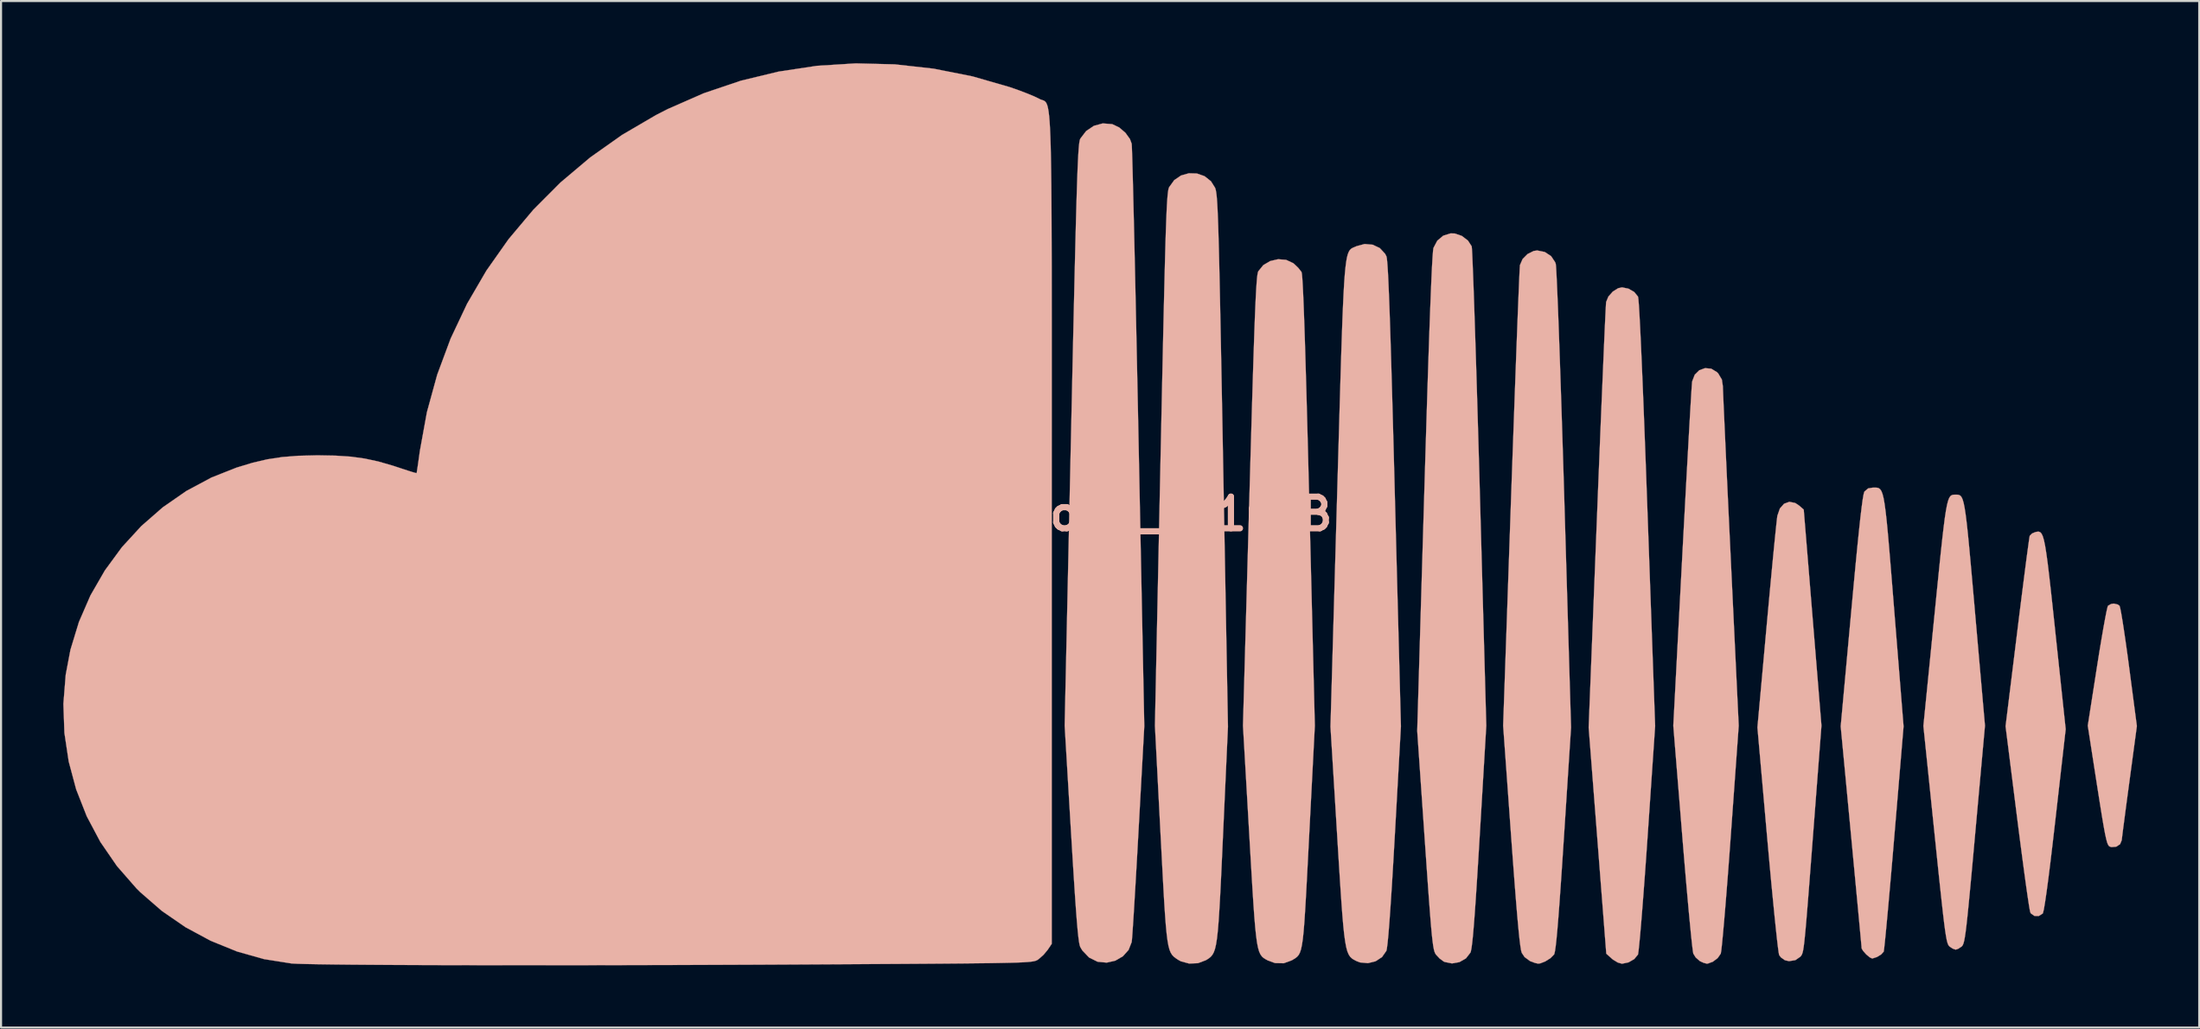
<source format=kicad_pcb>
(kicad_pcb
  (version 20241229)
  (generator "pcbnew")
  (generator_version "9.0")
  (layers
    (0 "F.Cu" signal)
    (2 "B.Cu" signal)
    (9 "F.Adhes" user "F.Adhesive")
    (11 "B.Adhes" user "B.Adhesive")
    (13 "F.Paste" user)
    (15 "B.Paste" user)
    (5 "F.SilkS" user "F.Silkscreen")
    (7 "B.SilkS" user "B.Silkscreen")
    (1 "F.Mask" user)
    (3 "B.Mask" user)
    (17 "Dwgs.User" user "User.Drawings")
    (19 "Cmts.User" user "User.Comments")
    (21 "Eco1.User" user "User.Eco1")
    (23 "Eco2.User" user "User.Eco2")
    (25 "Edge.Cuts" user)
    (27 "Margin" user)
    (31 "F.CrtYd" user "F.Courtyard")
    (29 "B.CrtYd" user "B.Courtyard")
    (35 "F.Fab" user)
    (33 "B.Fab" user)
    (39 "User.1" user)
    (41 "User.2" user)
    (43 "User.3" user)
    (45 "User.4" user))
  (footprint "soundcloud_4x10_B"
    (layer "F.Cu")
    (at 49.919 21.721)
    (property "Reference" "soundcloud_4x10_B" (at 0 0 0) (layer "B.SilkS") (effects (font (size 1.524 1.524) (thickness 0.3))))
    (attr through_hole)
    (fp_poly (pts (xy 49.085 4.362) (xy 49.173 4.424) (xy 49.204 4.53) (xy 49.254 4.785) (xy 49.318 5.166) (xy 49.393 5.655) (xy 49.477 6.231) (xy 49.567 6.873) (xy 49.634 7.375) (xy 50.008 10.221) (xy 49.645 12.921) (xy 49.556 13.581) (xy 49.475 14.188) (xy 49.405 14.723) (xy 49.347 15.163) (xy 49.306 15.49) (xy 49.283 15.681) (xy 49.279 15.721) (xy 49.2 15.914) (xy 49.016 16.035) (xy 48.786 16.054) (xy 48.706 16.031) (xy 48.661 16.001) (xy 48.618 15.937) (xy 48.574 15.826) (xy 48.527 15.649) (xy 48.472 15.393) (xy 48.407 15.041) (xy 48.328 14.577) (xy 48.233 13.986) (xy 48.117 13.252) (xy 48.044 12.785) (xy 47.643 10.202) (xy 48.086 7.366) (xy 48.193 6.69) (xy 48.297 6.066) (xy 48.392 5.513) (xy 48.476 5.052) (xy 48.544 4.703) (xy 48.594 4.487) (xy 48.616 4.424) (xy 48.766 4.338) (xy 48.895 4.318) (xy 49.085 4.362)) (stroke (width 0.01) (type solid)) (fill yes) (layer "B.SilkS"))
    (fp_poly (pts (xy 33.542 -0.531) (xy 33.736 -0.402) (xy 33.954 -0.212) (xy 34.381 4.995) (xy 34.808 10.201) (xy 34.42 15.239) (xy 34.333 16.378) (xy 34.257 17.36) (xy 34.192 18.198) (xy 34.136 18.902) (xy 34.088 19.487) (xy 34.047 19.962) (xy 34.011 20.341) (xy 33.98 20.636) (xy 33.952 20.859) (xy 33.926 21.021) (xy 33.9 21.135) (xy 33.874 21.213) (xy 33.846 21.267) (xy 33.815 21.31) (xy 33.793 21.336) (xy 33.55 21.503) (xy 33.247 21.551) (xy 33.047 21.507) (xy 32.858 21.373) (xy 32.771 21.261) (xy 32.748 21.149) (xy 32.712 20.883) (xy 32.664 20.477) (xy 32.607 19.947) (xy 32.541 19.307) (xy 32.469 18.572) (xy 32.39 17.757) (xy 32.308 16.876) (xy 32.224 15.943) (xy 32.201 15.689) (xy 31.723 10.287) (xy 32.169 5.376) (xy 32.252 4.47) (xy 32.332 3.604) (xy 32.408 2.797) (xy 32.478 2.063) (xy 32.541 1.419) (xy 32.595 0.883) (xy 32.638 0.469) (xy 32.669 0.195) (xy 32.683 0.087) (xy 32.805 -0.265) (xy 33.006 -0.493) (xy 33.261 -0.586) (xy 33.542 -0.531)) (stroke (width 0.01) (type solid)) (fill yes) (layer "B.SilkS"))
    (fp_poly (pts (xy 45.353 0.88) (xy 45.416 0.95) (xy 45.475 1.074) (xy 45.531 1.266) (xy 45.587 1.537) (xy 45.645 1.9) (xy 45.709 2.366) (xy 45.779 2.949) (xy 45.86 3.661) (xy 45.953 4.514) (xy 46.061 5.52) (xy 46.086 5.763) (xy 46.578 10.372) (xy 46.08 14.746) (xy 45.955 15.828) (xy 45.843 16.77) (xy 45.743 17.568) (xy 45.656 18.218) (xy 45.583 18.715) (xy 45.526 19.055) (xy 45.483 19.232) (xy 45.472 19.255) (xy 45.285 19.374) (xy 45.073 19.372) (xy 44.904 19.254) (xy 44.872 19.198) (xy 44.846 19.079) (xy 44.801 18.809) (xy 44.74 18.403) (xy 44.665 17.879) (xy 44.579 17.253) (xy 44.484 16.541) (xy 44.381 15.759) (xy 44.274 14.926) (xy 44.235 14.619) (xy 43.681 10.23) (xy 44.241 5.7) (xy 44.347 4.841) (xy 44.449 4.03) (xy 44.544 3.284) (xy 44.629 2.619) (xy 44.703 2.05) (xy 44.765 1.594) (xy 44.81 1.267) (xy 44.839 1.083) (xy 44.846 1.05) (xy 44.956 0.94) (xy 45.109 0.876) (xy 45.202 0.855) (xy 45.282 0.853) (xy 45.353 0.88)) (stroke (width 0.01) (type solid)) (fill yes) (layer "B.SilkS"))
    (fp_poly (pts (xy 25.508 -10.859) (xy 25.788 -10.697) (xy 25.968 -10.476) (xy 25.986 -10.359) (xy 26.009 -10.076) (xy 26.036 -9.632) (xy 26.068 -9.032) (xy 26.104 -8.28) (xy 26.144 -7.379) (xy 26.188 -6.335) (xy 26.236 -5.151) (xy 26.287 -3.831) (xy 26.342 -2.381) (xy 26.399 -0.803) (xy 26.427 -0.027) (xy 26.793 10.219) (xy 26.424 15.629) (xy 26.358 16.575) (xy 26.293 17.474) (xy 26.23 18.312) (xy 26.171 19.074) (xy 26.117 19.745) (xy 26.068 20.31) (xy 26.026 20.754) (xy 25.993 21.063) (xy 25.969 21.222) (xy 25.964 21.237) (xy 25.787 21.451) (xy 25.51 21.61) (xy 25.202 21.675) (xy 25.194 21.675) (xy 24.996 21.619) (xy 24.768 21.482) (xy 24.709 21.433) (xy 24.439 21.192) (xy 24.015 15.74) (xy 23.59 10.287) (xy 23.99 0.169) (xy 24.041 -1.13) (xy 24.092 -2.385) (xy 24.14 -3.586) (xy 24.187 -4.721) (xy 24.231 -5.78) (xy 24.272 -6.752) (xy 24.309 -7.626) (xy 24.342 -8.392) (xy 24.371 -9.039) (xy 24.395 -9.556) (xy 24.414 -9.933) (xy 24.427 -10.158) (xy 24.432 -10.218) (xy 24.541 -10.48) (xy 24.751 -10.717) (xy 25.008 -10.879) (xy 25.199 -10.922) (xy 25.508 -10.859)) (stroke (width 0.01) (type solid)) (fill yes) (layer "B.SilkS"))
    (fp_poly (pts (xy 37.484 -1.267) (xy 37.564 -1.246) (xy 37.634 -1.196) (xy 37.696 -1.106) (xy 37.751 -0.964) (xy 37.803 -0.759) (xy 37.852 -0.478) (xy 37.901 -0.111) (xy 37.953 0.354) (xy 38.008 0.929) (xy 38.069 1.626) (xy 38.138 2.455) (xy 38.217 3.429) (xy 38.308 4.56) (xy 38.315 4.649) (xy 38.765 10.237) (xy 38.314 15.596) (xy 38.235 16.535) (xy 38.158 17.425) (xy 38.085 18.253) (xy 38.018 19.003) (xy 37.957 19.662) (xy 37.905 20.213) (xy 37.862 20.644) (xy 37.83 20.938) (xy 37.811 21.081) (xy 37.808 21.092) (xy 37.688 21.227) (xy 37.485 21.351) (xy 37.28 21.418) (xy 37.246 21.421) (xy 37.133 21.366) (xy 36.972 21.232) (xy 36.953 21.213) (xy 36.813 21.054) (xy 36.746 20.942) (xy 36.745 20.935) (xy 36.738 20.84) (xy 36.715 20.591) (xy 36.679 20.203) (xy 36.631 19.69) (xy 36.573 19.066) (xy 36.505 18.345) (xy 36.429 17.543) (xy 36.347 16.674) (xy 36.26 15.751) (xy 36.241 15.549) (xy 35.736 10.235) (xy 36.246 4.673) (xy 36.358 3.46) (xy 36.457 2.408) (xy 36.545 1.51) (xy 36.622 0.759) (xy 36.688 0.147) (xy 36.746 -0.334) (xy 36.794 -0.69) (xy 36.835 -0.929) (xy 36.869 -1.059) (xy 36.879 -1.079) (xy 37.056 -1.232) (xy 37.284 -1.27) (xy 37.391 -1.271) (xy 37.484 -1.267)) (stroke (width 0.01) (type solid)) (fill yes) (layer "B.SilkS"))
    (fp_poly (pts (xy 29.497 -7.002) (xy 29.773 -6.835) (xy 29.837 -6.767) (xy 30.01 -6.476) (xy 30.057 -6.153) (xy 30.061 -6.019) (xy 30.073 -5.727) (xy 30.091 -5.292) (xy 30.117 -4.724) (xy 30.148 -4.037) (xy 30.184 -3.242) (xy 30.225 -2.351) (xy 30.27 -1.378) (xy 30.319 -0.335) (xy 30.371 0.766) (xy 30.426 1.914) (xy 30.439 2.201) (xy 30.821 10.202) (xy 30.433 15.579) (xy 30.364 16.523) (xy 30.296 17.421) (xy 30.23 18.259) (xy 30.168 19.022) (xy 30.111 19.694) (xy 30.06 20.261) (xy 30.017 20.707) (xy 29.983 21.018) (xy 29.958 21.178) (xy 29.954 21.192) (xy 29.807 21.403) (xy 29.575 21.579) (xy 29.332 21.668) (xy 29.278 21.671) (xy 29.127 21.631) (xy 28.947 21.548) (xy 28.75 21.377) (xy 28.634 21.191) (xy 28.612 21.067) (xy 28.577 20.789) (xy 28.532 20.372) (xy 28.479 19.832) (xy 28.417 19.182) (xy 28.35 18.439) (xy 28.277 17.617) (xy 28.202 16.731) (xy 28.124 15.797) (xy 28.106 15.578) (xy 27.669 10.202) (xy 28.101 2.032) (xy 28.163 0.866) (xy 28.224 -0.256) (xy 28.281 -1.321) (xy 28.336 -2.317) (xy 28.387 -3.232) (xy 28.433 -4.055) (xy 28.474 -4.774) (xy 28.51 -5.376) (xy 28.538 -5.849) (xy 28.56 -6.182) (xy 28.574 -6.362) (xy 28.577 -6.388) (xy 28.702 -6.711) (xy 28.923 -6.928) (xy 29.201 -7.029) (xy 29.497 -7.002)) (stroke (width 0.01) (type solid)) (fill yes) (layer "B.SilkS"))
    (fp_poly (pts (xy 41.36 -0.93) (xy 41.435 -0.918) (xy 41.5 -0.884) (xy 41.558 -0.816) (xy 41.611 -0.701) (xy 41.661 -0.529) (xy 41.709 -0.288) (xy 41.758 0.035) (xy 41.81 0.452) (xy 41.866 0.973) (xy 41.928 1.612) (xy 41.999 2.379) (xy 42.08 3.287) (xy 42.174 4.347) (xy 42.212 4.788) (xy 42.688 10.202) (xy 42.212 15.452) (xy 42.115 16.526) (xy 42.031 17.444) (xy 41.958 18.219) (xy 41.896 18.863) (xy 41.843 19.389) (xy 41.797 19.809) (xy 41.757 20.136) (xy 41.72 20.384) (xy 41.687 20.563) (xy 41.655 20.688) (xy 41.622 20.77) (xy 41.588 20.822) (xy 41.56 20.849) (xy 41.39 20.96) (xy 41.275 20.997) (xy 41.133 20.947) (xy 40.986 20.849) (xy 40.948 20.811) (xy 40.913 20.752) (xy 40.879 20.661) (xy 40.844 20.524) (xy 40.808 20.329) (xy 40.767 20.063) (xy 40.721 19.715) (xy 40.668 19.27) (xy 40.606 18.717) (xy 40.533 18.043) (xy 40.447 17.235) (xy 40.348 16.28) (xy 40.263 15.459) (xy 39.721 10.216) (xy 40.262 4.801) (xy 40.374 3.679) (xy 40.472 2.715) (xy 40.556 1.895) (xy 40.63 1.208) (xy 40.696 0.643) (xy 40.754 0.187) (xy 40.809 -0.171) (xy 40.861 -0.443) (xy 40.913 -0.641) (xy 40.966 -0.777) (xy 41.024 -0.862) (xy 41.088 -0.908) (xy 41.159 -0.927) (xy 41.241 -0.931) (xy 41.275 -0.931) (xy 41.36 -0.93)) (stroke (width 0.01) (type solid)) (fill yes) (layer "B.SilkS"))
    (fp_poly (pts (xy 17.132 -13.519) (xy 17.477 -13.402) (xy 17.773 -13.176) (xy 17.952 -12.901) (xy 17.963 -12.796) (xy 17.978 -12.532) (xy 17.996 -12.118) (xy 18.018 -11.565) (xy 18.044 -10.883) (xy 18.072 -10.08) (xy 18.102 -9.169) (xy 18.135 -8.157) (xy 18.17 -7.056) (xy 18.206 -5.875) (xy 18.243 -4.624) (xy 18.281 -3.313) (xy 18.32 -1.952) (xy 18.339 -1.26) (xy 18.656 10.202) (xy 18.338 15.536) (xy 18.267 16.702) (xy 18.204 17.708) (xy 18.148 18.564) (xy 18.098 19.279) (xy 18.053 19.863) (xy 18.013 20.327) (xy 17.976 20.678) (xy 17.943 20.927) (xy 17.912 21.084) (xy 17.893 21.139) (xy 17.676 21.417) (xy 17.363 21.597) (xy 17.005 21.661) (xy 16.653 21.591) (xy 16.603 21.568) (xy 16.405 21.423) (xy 16.228 21.233) (xy 16.193 21.175) (xy 16.16 21.095) (xy 16.129 20.979) (xy 16.099 20.816) (xy 16.068 20.591) (xy 16.035 20.293) (xy 15.999 19.909) (xy 15.959 19.425) (xy 15.913 18.83) (xy 15.86 18.109) (xy 15.799 17.251) (xy 15.729 16.243) (xy 15.693 15.73) (xy 15.328 10.456) (xy 15.668 -1.016) (xy 15.724 -2.879) (xy 15.776 -4.574) (xy 15.824 -6.105) (xy 15.869 -7.473) (xy 15.91 -8.68) (xy 15.948 -9.729) (xy 15.983 -10.621) (xy 16.014 -11.36) (xy 16.042 -11.947) (xy 16.068 -12.384) (xy 16.09 -12.673) (xy 16.109 -12.817) (xy 16.111 -12.824) (xy 16.294 -13.17) (xy 16.579 -13.411) (xy 16.93 -13.522) (xy 17.132 -13.519)) (stroke (width 0.01) (type solid)) (fill yes) (layer "B.SilkS"))
    (fp_poly (pts (xy 21.477 -12.626) (xy 21.78 -12.426) (xy 21.977 -12.131) (xy 22.004 -12.048) (xy 22.017 -11.925) (xy 22.034 -11.643) (xy 22.055 -11.212) (xy 22.08 -10.643) (xy 22.109 -9.946) (xy 22.14 -9.132) (xy 22.173 -8.21) (xy 22.209 -7.191) (xy 22.246 -6.086) (xy 22.285 -4.904) (xy 22.325 -3.656) (xy 22.366 -2.353) (xy 22.407 -1.004) (xy 22.415 -0.72) (xy 22.741 10.287) (xy 22.392 15.663) (xy 22.315 16.837) (xy 22.246 17.851) (xy 22.185 18.713) (xy 22.131 19.432) (xy 22.083 20.018) (xy 22.04 20.478) (xy 22.002 20.822) (xy 21.968 21.058) (xy 21.938 21.195) (xy 21.923 21.23) (xy 21.754 21.403) (xy 21.507 21.56) (xy 21.258 21.658) (xy 21.154 21.671) (xy 21.002 21.637) (xy 20.786 21.558) (xy 20.765 21.549) (xy 20.503 21.356) (xy 20.365 21.15) (xy 20.333 21.03) (xy 20.296 20.8) (xy 20.253 20.453) (xy 20.205 19.98) (xy 20.15 19.376) (xy 20.088 18.632) (xy 20.018 17.741) (xy 19.939 16.695) (xy 19.854 15.536) (xy 19.469 10.202) (xy 19.851 -0.762) (xy 19.898 -2.115) (xy 19.945 -3.424) (xy 19.99 -4.679) (xy 20.033 -5.87) (xy 20.074 -6.986) (xy 20.112 -8.016) (xy 20.148 -8.952) (xy 20.18 -9.782) (xy 20.209 -10.496) (xy 20.233 -11.083) (xy 20.253 -11.535) (xy 20.268 -11.839) (xy 20.278 -11.987) (xy 20.279 -11.996) (xy 20.405 -12.286) (xy 20.644 -12.527) (xy 20.94 -12.675) (xy 21.11 -12.7) (xy 21.477 -12.626)) (stroke (width 0.01) (type solid)) (fill yes) (layer "B.SilkS"))
    (fp_poly (pts (xy 13.181 -12.977) (xy 13.523 -12.817) (xy 13.778 -12.543) (xy 13.843 -12.418) (xy 13.861 -12.338) (xy 13.879 -12.18) (xy 13.898 -11.936) (xy 13.919 -11.601) (xy 13.94 -11.166) (xy 13.963 -10.626) (xy 13.988 -9.974) (xy 14.015 -9.203) (xy 14.044 -8.306) (xy 14.075 -7.276) (xy 14.109 -6.107) (xy 14.146 -4.791) (xy 14.186 -3.323) (xy 14.229 -1.695) (xy 14.248 -0.957) (xy 14.542 10.235) (xy 14.247 15.51) (xy 14.173 16.797) (xy 14.106 17.914) (xy 14.044 18.862) (xy 13.989 19.641) (xy 13.941 20.252) (xy 13.898 20.693) (xy 13.862 20.965) (xy 13.841 21.054) (xy 13.633 21.353) (xy 13.322 21.557) (xy 12.953 21.648) (xy 12.572 21.613) (xy 12.386 21.541) (xy 12.276 21.483) (xy 12.181 21.421) (xy 12.098 21.342) (xy 12.026 21.233) (xy 11.963 21.084) (xy 11.907 20.88) (xy 11.857 20.61) (xy 11.809 20.261) (xy 11.763 19.822) (xy 11.717 19.279) (xy 11.669 18.62) (xy 11.616 17.832) (xy 11.557 16.905) (xy 11.49 15.824) (xy 11.469 15.476) (xy 11.148 10.251) (xy 11.468 -0.907) (xy 11.515 -2.55) (xy 11.558 -4.033) (xy 11.596 -5.363) (xy 11.631 -6.549) (xy 11.663 -7.6) (xy 11.694 -8.523) (xy 11.722 -9.329) (xy 11.751 -10.024) (xy 11.779 -10.617) (xy 11.807 -11.117) (xy 11.837 -11.532) (xy 11.869 -11.871) (xy 11.903 -12.142) (xy 11.94 -12.354) (xy 11.982 -12.515) (xy 12.028 -12.633) (xy 12.079 -12.717) (xy 12.136 -12.775) (xy 12.199 -12.817) (xy 12.27 -12.849) (xy 12.348 -12.881) (xy 12.403 -12.906) (xy 12.795 -13.012) (xy 13.181 -12.977)) (stroke (width 0.01) (type solid)) (fill yes) (layer "B.SilkS"))
    (fp_poly (pts (xy 9.012 -12.247) (xy 9.354 -12.087) (xy 9.393 -12.056) (xy 9.591 -11.866) (xy 9.738 -11.681) (xy 9.755 -11.654) (xy 9.772 -11.562) (xy 9.791 -11.346) (xy 9.812 -11.002) (xy 9.835 -10.526) (xy 9.86 -9.914) (xy 9.887 -9.162) (xy 9.917 -8.266) (xy 9.948 -7.222) (xy 9.983 -6.027) (xy 10.02 -4.676) (xy 10.06 -3.165) (xy 10.102 -1.491) (xy 10.124 -0.635) (xy 10.394 10.202) (xy 10.117 15.558) (xy 10.06 16.669) (xy 10.01 17.624) (xy 9.966 18.435) (xy 9.926 19.115) (xy 9.889 19.676) (xy 9.852 20.13) (xy 9.814 20.492) (xy 9.772 20.772) (xy 9.727 20.985) (xy 9.674 21.141) (xy 9.614 21.255) (xy 9.543 21.338) (xy 9.461 21.403) (xy 9.365 21.463) (xy 9.288 21.509) (xy 8.898 21.652) (xy 8.476 21.644) (xy 8.131 21.519) (xy 8.021 21.459) (xy 7.925 21.399) (xy 7.843 21.325) (xy 7.772 21.226) (xy 7.71 21.089) (xy 7.656 20.901) (xy 7.607 20.65) (xy 7.563 20.324) (xy 7.52 19.91) (xy 7.477 19.395) (xy 7.433 18.767) (xy 7.385 18.015) (xy 7.332 17.124) (xy 7.271 16.083) (xy 7.237 15.494) (xy 6.931 10.202) (xy 7.235 -0.621) (xy 7.28 -2.229) (xy 7.322 -3.677) (xy 7.359 -4.971) (xy 7.394 -6.122) (xy 7.425 -7.136) (xy 7.454 -8.022) (xy 7.48 -8.789) (xy 7.504 -9.445) (xy 7.527 -9.998) (xy 7.548 -10.457) (xy 7.568 -10.829) (xy 7.588 -11.123) (xy 7.606 -11.348) (xy 7.625 -11.511) (xy 7.644 -11.621) (xy 7.664 -11.687) (xy 7.668 -11.695) (xy 7.909 -11.993) (xy 8.243 -12.19) (xy 8.626 -12.278) (xy 9.012 -12.247)) (stroke (width 0.01) (type solid)) (fill yes) (layer "B.SilkS"))
    (fp_poly (pts (xy 0.619 -18.789) (xy 0.637 -18.785) (xy 0.965 -18.629) (xy 1.264 -18.374) (xy 1.484 -18.07) (xy 1.568 -17.841) (xy 1.575 -17.728) (xy 1.585 -17.454) (xy 1.598 -17.029) (xy 1.614 -16.462) (xy 1.632 -15.762) (xy 1.652 -14.939) (xy 1.675 -14) (xy 1.699 -12.956) (xy 1.725 -11.815) (xy 1.752 -10.586) (xy 1.78 -9.279) (xy 1.809 -7.902) (xy 1.839 -6.466) (xy 1.87 -4.977) (xy 1.896 -3.673) (xy 2.175 10.223) (xy 1.896 15.292) (xy 1.845 16.211) (xy 1.795 17.084) (xy 1.748 17.897) (xy 1.704 18.634) (xy 1.665 19.28) (xy 1.63 19.818) (xy 1.602 20.233) (xy 1.581 20.509) (xy 1.568 20.629) (xy 1.419 21.01) (xy 1.144 21.316) (xy 0.781 21.527) (xy 0.366 21.622) (xy -0.067 21.581) (xy -0.085 21.576) (xy -0.488 21.375) (xy -0.811 21.036) (xy -0.909 20.873) (xy -0.939 20.783) (xy -0.97 20.624) (xy -1.002 20.383) (xy -1.037 20.051) (xy -1.075 19.616) (xy -1.117 19.067) (xy -1.164 18.394) (xy -1.217 17.586) (xy -1.277 16.631) (xy -1.344 15.519) (xy -1.351 15.412) (xy -1.662 10.202) (xy -1.355 -3.81) (xy -1.315 -5.628) (xy -1.279 -7.284) (xy -1.245 -8.786) (xy -1.214 -10.142) (xy -1.186 -11.358) (xy -1.16 -12.444) (xy -1.136 -13.405) (xy -1.114 -14.251) (xy -1.093 -14.987) (xy -1.074 -15.623) (xy -1.056 -16.166) (xy -1.039 -16.622) (xy -1.022 -17) (xy -1.006 -17.308) (xy -0.99 -17.553) (xy -0.974 -17.742) (xy -0.958 -17.883) (xy -0.941 -17.984) (xy -0.923 -18.053) (xy -0.907 -18.09) (xy -0.626 -18.457) (xy -0.253 -18.707) (xy 0.174 -18.823) (xy 0.619 -18.789)) (stroke (width 0.01) (type solid)) (fill yes) (layer "B.SilkS"))
    (fp_poly (pts (xy 4.713 -16.409) (xy 5.08 -16.28) (xy 5.389 -16.035) (xy 5.584 -15.725) (xy 5.605 -15.668) (xy 5.624 -15.593) (xy 5.642 -15.492) (xy 5.659 -15.358) (xy 5.675 -15.181) (xy 5.691 -14.953) (xy 5.706 -14.667) (xy 5.721 -14.315) (xy 5.737 -13.888) (xy 5.752 -13.378) (xy 5.769 -12.777) (xy 5.786 -12.077) (xy 5.804 -11.271) (xy 5.824 -10.348) (xy 5.845 -9.303) (xy 5.868 -8.126) (xy 5.893 -6.81) (xy 5.921 -5.345) (xy 5.951 -3.725) (xy 5.972 -2.557) (xy 6.207 10.252) (xy 5.971 15.434) (xy 5.92 16.557) (xy 5.875 17.523) (xy 5.834 18.346) (xy 5.795 19.037) (xy 5.758 19.609) (xy 5.72 20.074) (xy 5.679 20.446) (xy 5.634 20.737) (xy 5.583 20.96) (xy 5.524 21.126) (xy 5.456 21.249) (xy 5.377 21.342) (xy 5.286 21.416) (xy 5.18 21.484) (xy 5.149 21.503) (xy 4.763 21.649) (xy 4.336 21.667) (xy 3.933 21.557) (xy 3.801 21.483) (xy 3.694 21.411) (xy 3.6 21.339) (xy 3.52 21.255) (xy 3.451 21.147) (xy 3.391 21.001) (xy 3.339 20.806) (xy 3.293 20.548) (xy 3.251 20.214) (xy 3.211 19.793) (xy 3.172 19.271) (xy 3.131 18.636) (xy 3.088 17.874) (xy 3.04 16.975) (xy 2.985 15.924) (xy 2.96 15.452) (xy 2.688 10.202) (xy 2.958 -2.625) (xy 2.995 -4.361) (xy 3.028 -5.936) (xy 3.059 -7.357) (xy 3.087 -8.633) (xy 3.113 -9.772) (xy 3.137 -10.781) (xy 3.159 -11.669) (xy 3.179 -12.443) (xy 3.198 -13.112) (xy 3.216 -13.683) (xy 3.234 -14.165) (xy 3.25 -14.565) (xy 3.266 -14.891) (xy 3.283 -15.151) (xy 3.299 -15.354) (xy 3.316 -15.507) (xy 3.333 -15.619) (xy 3.352 -15.696) (xy 3.371 -15.747) (xy 3.618 -16.09) (xy 3.948 -16.314) (xy 4.324 -16.42) (xy 4.713 -16.409)) (stroke (width 0.01) (type solid)) (fill yes) (layer "B.SilkS"))
    (fp_poly (pts (xy -9.853 -21.67) (xy -7.974 -21.461) (xy -6.102 -21.089) (xy -4.31 -20.573) (xy -3.877 -20.422) (xy -3.468 -20.266) (xy -3.128 -20.125) (xy -2.904 -20.017) (xy -2.9 -20.014) (xy -2.834 -19.982) (xy -2.773 -19.959) (xy -2.716 -19.941) (xy -2.664 -19.92) (xy -2.616 -19.891) (xy -2.572 -19.846) (xy -2.533 -19.78) (xy -2.497 -19.687) (xy -2.465 -19.559) (xy -2.436 -19.391) (xy -2.41 -19.177) (xy -2.388 -18.909) (xy -2.368 -18.582) (xy -2.351 -18.19) (xy -2.336 -17.725) (xy -2.324 -17.182) (xy -2.314 -16.554) (xy -2.305 -15.836) (xy -2.299 -15.02) (xy -2.294 -14.1) (xy -2.29 -13.07) (xy -2.287 -11.924) (xy -2.286 -10.655) (xy -2.285 -9.257) (xy -2.285 -7.724) (xy -2.285 -6.049) (xy -2.285 -4.226) (xy -2.286 -2.248) (xy -2.286 -0.11) (xy -2.286 0.703) (xy -2.286 20.718) (xy -2.479 21.004) (xy -2.679 21.245) (xy -2.912 21.451) (xy -2.936 21.468) (xy -2.978 21.496) (xy -3.026 21.52) (xy -3.088 21.542) (xy -3.174 21.561) (xy -3.293 21.578) (xy -3.455 21.593) (xy -3.669 21.607) (xy -3.944 21.619) (xy -4.291 21.629) (xy -4.718 21.638) (xy -5.234 21.647) (xy -5.85 21.654) (xy -6.574 21.662) (xy -7.416 21.669) (xy -8.385 21.676) (xy -9.491 21.683) (xy -10.743 21.69) (xy -12.15 21.699) (xy -12.875 21.703) (xy -14.735 21.713) (xy -16.586 21.722) (xy -18.42 21.729) (xy -20.229 21.736) (xy -22.004 21.74) (xy -23.736 21.744) (xy -25.419 21.746) (xy -27.042 21.747) (xy -28.599 21.747) (xy -30.079 21.745) (xy -31.476 21.743) (xy -32.781 21.739) (xy -33.984 21.734) (xy -35.079 21.727) (xy -36.057 21.72) (xy -36.908 21.711) (xy -37.626 21.701) (xy -38.201 21.69) (xy -38.625 21.678) (xy -38.89 21.665) (xy -38.925 21.662) (xy -40.242 21.454) (xy -41.546 21.086) (xy -42.815 20.57) (xy -44.029 19.916) (xy -45.166 19.133) (xy -46.205 18.231) (xy -46.397 18.04) (xy -47.334 16.967) (xy -48.132 15.806) (xy -48.788 14.57) (xy -49.298 13.273) (xy -49.658 11.928) (xy -49.865 10.549) (xy -49.914 9.151) (xy -49.802 7.747) (xy -49.574 6.544) (xy -49.165 5.203) (xy -48.609 3.924) (xy -47.915 2.721) (xy -47.096 1.604) (xy -46.161 0.585) (xy -45.123 -0.322) (xy -43.991 -1.107) (xy -42.777 -1.757) (xy -41.571 -2.234) (xy -40.806 -2.466) (xy -40.089 -2.634) (xy -39.367 -2.744) (xy -38.588 -2.805) (xy -37.699 -2.826) (xy -37.634 -2.826) (xy -36.79 -2.811) (xy -36.062 -2.763) (xy -35.395 -2.671) (xy -34.74 -2.53) (xy -34.042 -2.329) (xy -33.662 -2.204) (xy -33.334 -2.096) (xy -33.075 -2.015) (xy -32.92 -1.972) (xy -32.893 -1.969) (xy -32.877 -2.056) (xy -32.843 -2.278) (xy -32.796 -2.603) (xy -32.741 -2.998) (xy -32.734 -3.047) (xy -32.396 -4.905) (xy -31.9 -6.711) (xy -31.252 -8.455) (xy -30.46 -10.131) (xy -29.528 -11.73) (xy -28.462 -13.242) (xy -27.269 -14.661) (xy -25.956 -15.978) (xy -24.526 -17.184) (xy -22.988 -18.271) (xy -21.346 -19.231) (xy -20.786 -19.517) (xy -19.051 -20.278) (xy -17.269 -20.88) (xy -15.449 -21.32) (xy -13.6 -21.599) (xy -11.732 -21.716) (xy -9.853 -21.67)) (stroke (width 0.01) (type solid)) (fill yes) (layer "B.SilkS")))
  (gr_rect
    (start -3 -3)
    (end 102.932 46.473)
    (stroke (width 0.1) (type default))
    (fill no)
    (layer "Edge.Cuts")))
</source>
